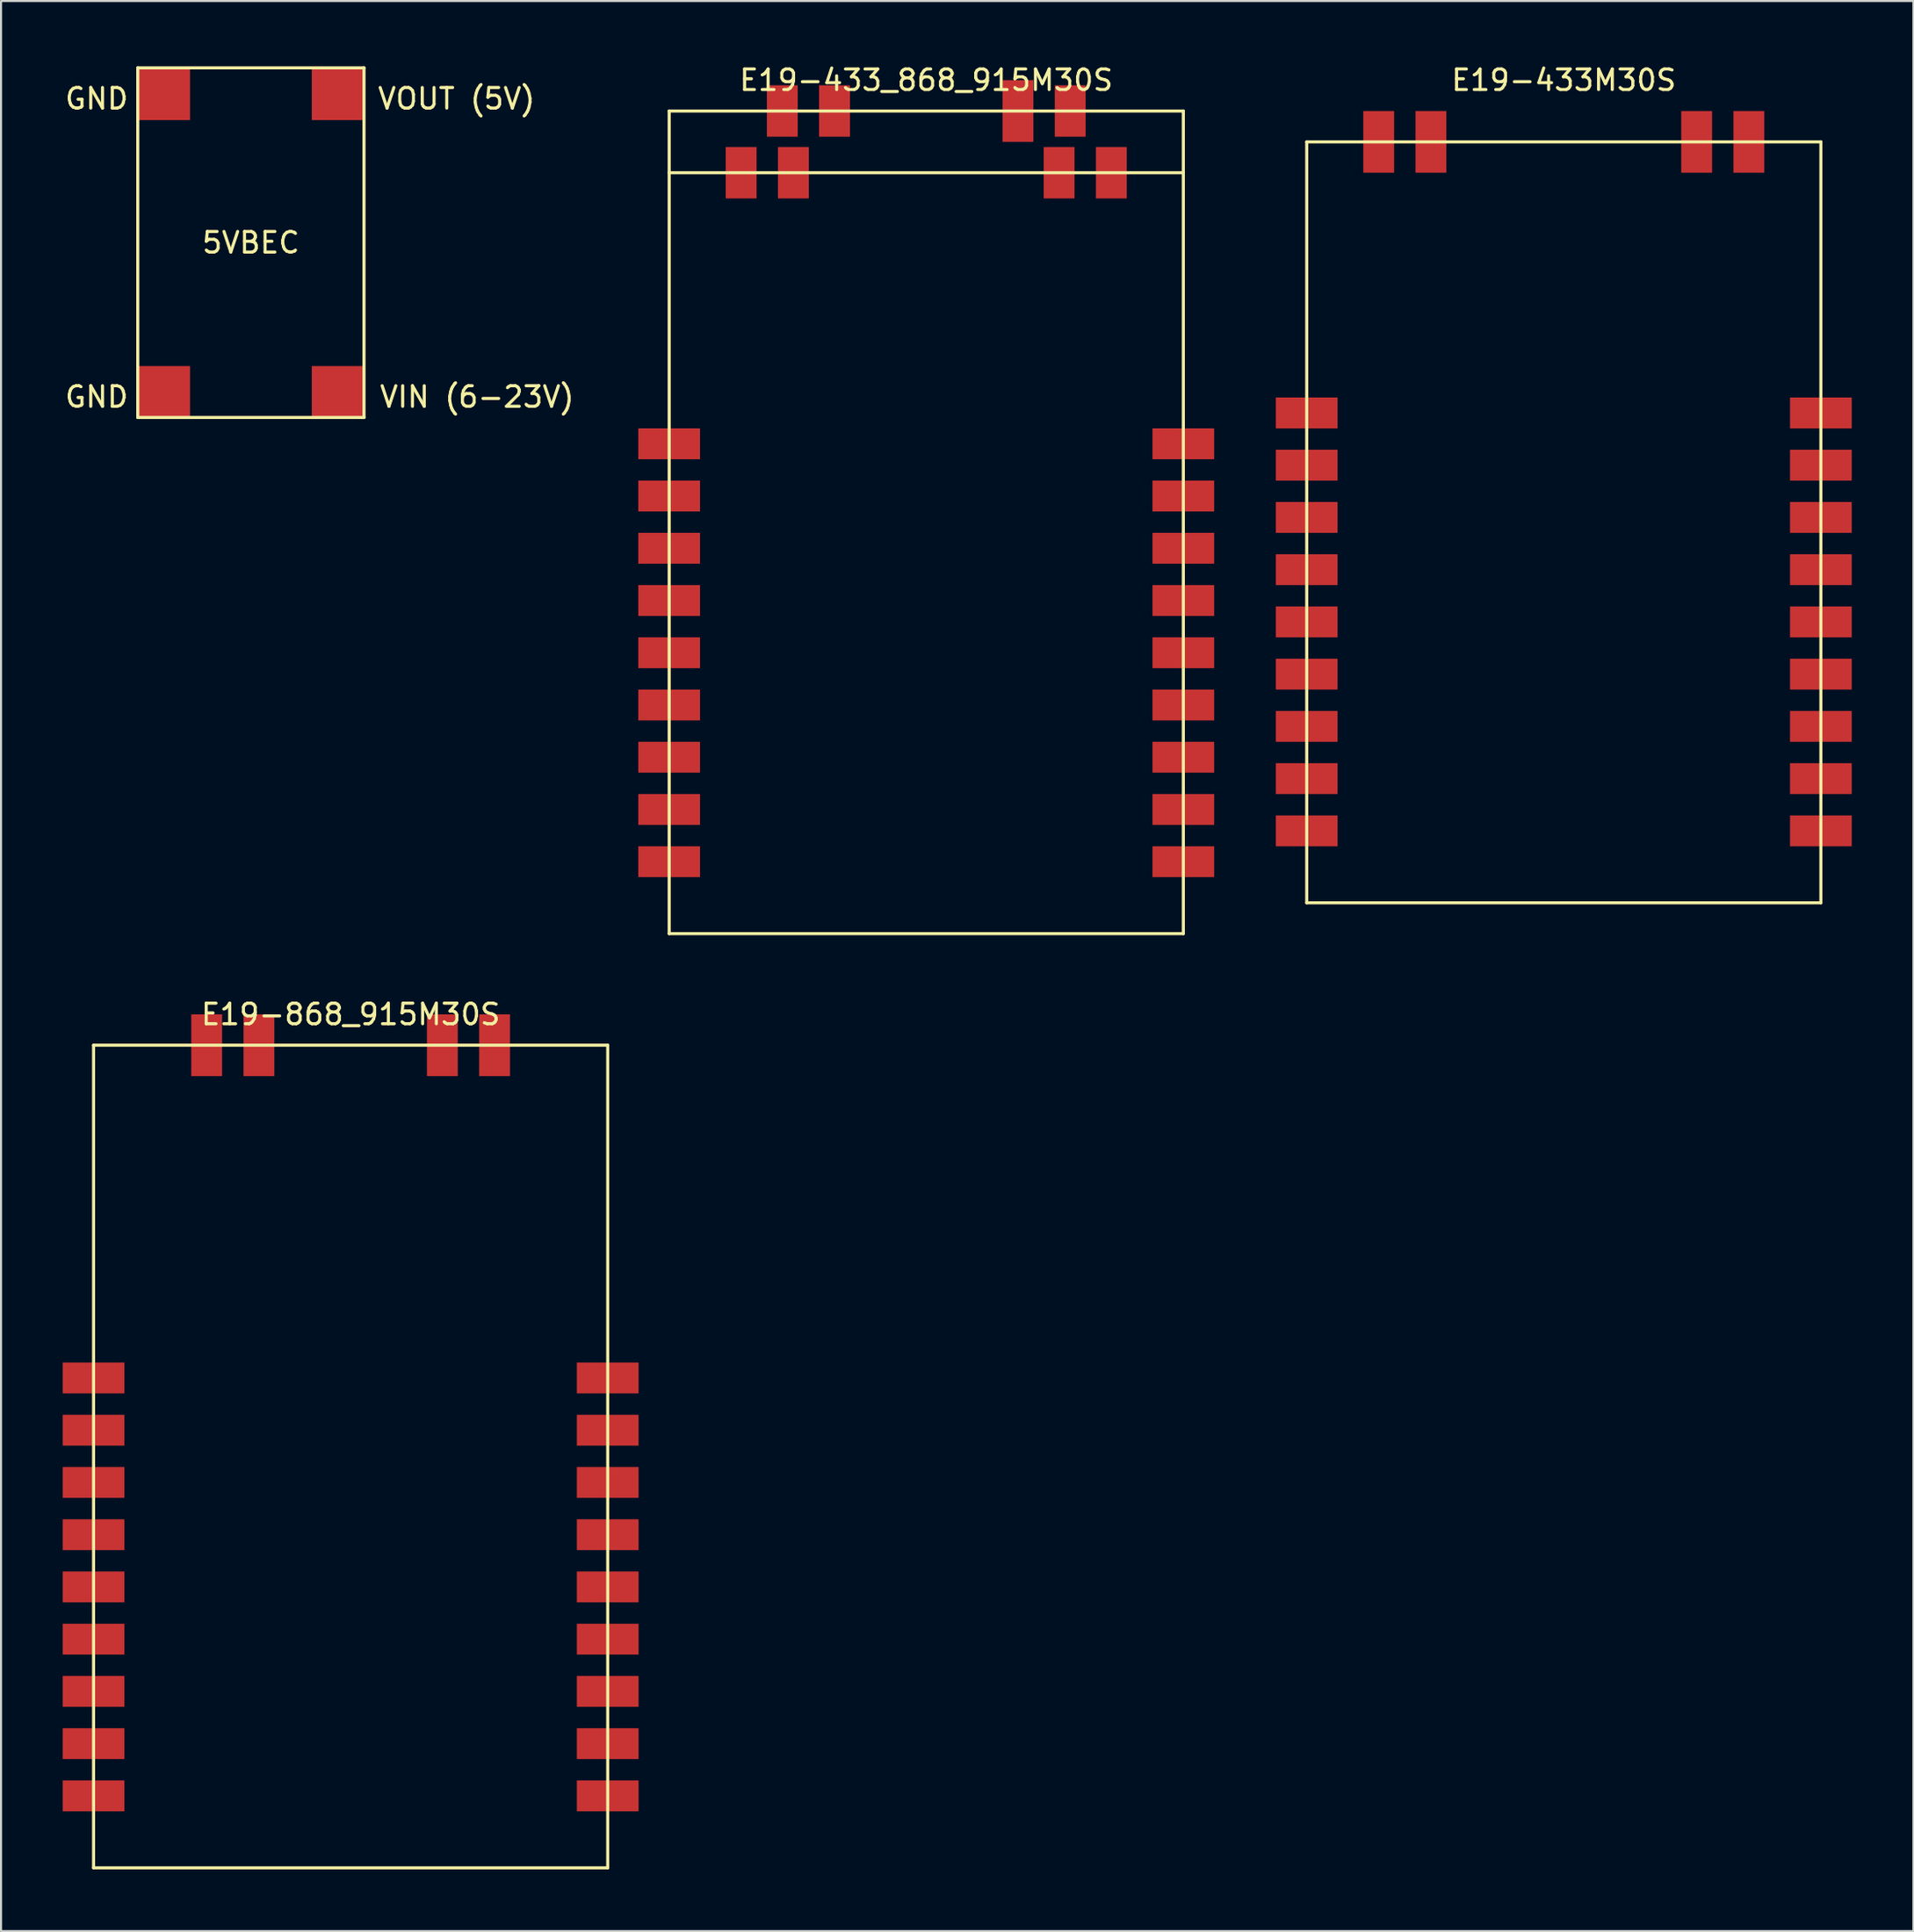
<source format=kicad_pcb>
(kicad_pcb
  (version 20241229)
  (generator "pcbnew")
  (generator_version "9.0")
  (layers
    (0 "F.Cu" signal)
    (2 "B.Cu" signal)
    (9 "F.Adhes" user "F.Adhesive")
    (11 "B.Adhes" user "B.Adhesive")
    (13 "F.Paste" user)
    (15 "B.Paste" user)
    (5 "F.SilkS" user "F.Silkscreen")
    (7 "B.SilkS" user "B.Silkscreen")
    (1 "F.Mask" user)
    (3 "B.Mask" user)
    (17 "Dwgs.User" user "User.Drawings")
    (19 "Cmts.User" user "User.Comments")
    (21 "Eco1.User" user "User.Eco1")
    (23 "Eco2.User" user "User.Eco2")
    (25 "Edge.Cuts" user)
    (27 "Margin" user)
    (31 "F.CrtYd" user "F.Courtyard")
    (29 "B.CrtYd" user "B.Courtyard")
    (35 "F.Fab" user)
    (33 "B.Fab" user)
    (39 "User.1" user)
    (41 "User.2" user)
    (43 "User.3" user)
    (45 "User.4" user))
  (footprint "E19-433M30S"
    (layer "F.Cu")
    (at 72.988 22.348)
    (property "Reference" "E19-433M30S" (at 0 -21.5 0) (layer "F.SilkS") (effects (font (size 1 1) (thickness 0.15))))
    (attr through_hole)
    (fp_line (start -12.5 -18.5) (end -12.5 18.5) (stroke (width 0.15) (type solid)) (layer "F.SilkS"))
    (fp_line (start -12.5 -18.5) (end 12.5 -18.5) (stroke (width 0.15) (type solid)) (layer "F.SilkS"))
    (fp_line (start -12.5 18.5) (end 12.5 18.5) (stroke (width 0.15) (type solid)) (layer "F.SilkS"))
    (fp_line (start 12.5 -18.5) (end 12.5 18.5) (stroke (width 0.15) (type solid)) (layer "F.SilkS"))
    (pad "1" smd rect (at -12.5 -5.32) (size 3 1.5) (layers "F.Cu" "F.Mask" "F.Paste"))
    (pad "2" smd rect (at -12.5 -2.78) (size 3 1.5) (layers "F.Cu" "F.Mask" "F.Paste"))
    (pad "3" smd rect (at -12.5 -0.24) (size 3 1.5) (layers "F.Cu" "F.Mask" "F.Paste"))
    (pad "4" smd rect (at -12.5 2.3) (size 3 1.5) (layers "F.Cu" "F.Mask" "F.Paste"))
    (pad "5" smd rect (at -12.5 4.84) (size 3 1.5) (layers "F.Cu" "F.Mask" "F.Paste"))
    (pad "6" smd rect (at -12.5 7.38) (size 3 1.5) (layers "F.Cu" "F.Mask" "F.Paste"))
    (pad "7" smd rect (at -12.5 9.92) (size 3 1.5) (layers "F.Cu" "F.Mask" "F.Paste"))
    (pad "8" smd rect (at -12.5 12.46) (size 3 1.5) (layers "F.Cu" "F.Mask" "F.Paste"))
    (pad "9" smd rect (at -12.5 15) (size 3 1.5) (layers "F.Cu" "F.Mask" "F.Paste"))
    (pad "10" smd rect (at 12.5 15) (size 3 1.5) (layers "F.Cu" "F.Mask" "F.Paste"))
    (pad "11" smd rect (at 12.5 12.46) (size 3 1.5) (layers "F.Cu" "F.Mask" "F.Paste"))
    (pad "12" smd rect (at 12.5 9.92) (size 3 1.5) (layers "F.Cu" "F.Mask" "F.Paste"))
    (pad "13" smd rect (at 12.5 7.38) (size 3 1.5) (layers "F.Cu" "F.Mask" "F.Paste"))
    (pad "14" smd rect (at 12.5 4.84) (size 3 1.5) (layers "F.Cu" "F.Mask" "F.Paste"))
    (pad "15" smd rect (at 12.5 2.3) (size 3 1.5) (layers "F.Cu" "F.Mask" "F.Paste"))
    (pad "16" smd rect (at 12.5 -0.24) (size 3 1.5) (layers "F.Cu" "F.Mask" "F.Paste"))
    (pad "17" smd rect (at 12.5 -2.78) (size 3 1.5) (layers "F.Cu" "F.Mask" "F.Paste"))
    (pad "18" smd rect (at 12.5 -5.32) (size 3 1.5) (layers "F.Cu" "F.Mask" "F.Paste"))
    (pad "19" smd rect (at 9 -18.5 90) (size 3 1.5) (layers "F.Cu" "F.Mask" "F.Paste"))
    (pad "20" smd rect (at 6.46 -18.5 90) (size 3 1.5) (layers "F.Cu" "F.Mask" "F.Paste"))
    (pad "21" smd rect (at -6.46 -18.5 90) (size 3 1.5) (layers "F.Cu" "F.Mask" "F.Paste"))
    (pad "22" smd rect (at -9 -18.5 90) (size 3 1.5) (layers "F.Cu" "F.Mask" "F.Paste")))
  (footprint "5VBEC"
    (layer "F.Cu")
    (at 3.649 0.25)
    (property "Reference" "5VBEC" (at 5.5 8.5 0) (layer "F.SilkS") (effects (font (size 1 1) (thickness 0.15))))
    (attr through_hole)
    (fp_line (start 0 0) (end 11 0) (stroke (width 0.15) (type solid)) (layer "F.SilkS"))
    (fp_line (start 0 17) (end 0 0) (stroke (width 0.15) (type solid)) (layer "F.SilkS"))
    (fp_line (start 11 0) (end 11 17) (stroke (width 0.15) (type solid)) (layer "F.SilkS"))
    (fp_line (start 11 17) (end 0 17) (stroke (width 0.15) (type solid)) (layer "F.SilkS"))
    (fp_text user "GND" (at -2 1.5 0) (layer "F.SilkS") (effects (font (size 1 1) (thickness 0.15))))
    (fp_text user "GND" (at -2 16 0) (layer "F.SilkS") (effects (font (size 1 1) (thickness 0.15))))
    (fp_text user "VOUT (5V)" (at 15.5 1.5 0) (layer "F.SilkS") (effects (font (size 1 1) (thickness 0.15))))
    (fp_text user "VIN (6-23V)" (at 16.5 16 0) (layer "F.SilkS") (effects (font (size 1 1) (thickness 0.15))))
    (pad "1" smd rect (at 9.73 15.77) (size 2.54 2.54) (layers "F.Cu" "F.Mask" "F.Paste"))
    (pad "2" smd rect (at 1.27 15.77) (size 2.54 2.54) (layers "F.Cu" "F.Mask" "F.Paste"))
    (pad "3" smd rect (at 9.73 1.27) (size 2.54 2.54) (layers "F.Cu" "F.Mask" "F.Paste"))
    (pad "4" smd rect (at 1.27 1.27) (size 2.54 2.54) (layers "F.Cu" "F.Mask" "F.Paste")))
  (footprint "E19-433_868_915M30S"
    (layer "F.Cu")
    (at 41.988 22.348)
    (property "Reference" "E19-433_868_915M30S" (at 0 -21.5 0) (layer "F.SilkS") (effects (font (size 1 1) (thickness 0.15))))
    (attr through_hole)
    (fp_line (start -12.5 -20) (end -12.5 20) (stroke (width 0.15) (type solid)) (layer "F.SilkS"))
    (fp_line (start -12.5 -20) (end 12.5 -20) (stroke (width 0.15) (type solid)) (layer "F.SilkS"))
    (fp_line (start -12.5 -17) (end 12.5 -17) (stroke (width 0.15) (type solid)) (layer "F.SilkS"))
    (fp_line (start -12.5 20) (end 12.5 20) (stroke (width 0.15) (type solid)) (layer "F.SilkS"))
    (fp_line (start 12.5 -20) (end 12.5 20) (stroke (width 0.15) (type solid)) (layer "F.SilkS"))
    (pad "1" smd rect (at -12.5 -3.82) (size 3 1.5) (layers "F.Cu" "F.Mask" "F.Paste"))
    (pad "2" smd rect (at -12.5 -1.28) (size 3 1.5) (layers "F.Cu" "F.Mask" "F.Paste"))
    (pad "3" smd rect (at -12.5 1.26) (size 3 1.5) (layers "F.Cu" "F.Mask" "F.Paste"))
    (pad "4" smd rect (at -12.5 3.8) (size 3 1.5) (layers "F.Cu" "F.Mask" "F.Paste"))
    (pad "5" smd rect (at -12.5 6.34) (size 3 1.5) (layers "F.Cu" "F.Mask" "F.Paste"))
    (pad "6" smd rect (at -12.5 8.88) (size 3 1.5) (layers "F.Cu" "F.Mask" "F.Paste"))
    (pad "7" smd rect (at -12.5 11.42) (size 3 1.5) (layers "F.Cu" "F.Mask" "F.Paste"))
    (pad "8" smd rect (at -12.5 13.96) (size 3 1.5) (layers "F.Cu" "F.Mask" "F.Paste"))
    (pad "9" smd rect (at -12.5 16.5) (size 3 1.5) (layers "F.Cu" "F.Mask" "F.Paste"))
    (pad "10" smd rect (at 12.5 16.5) (size 3 1.5) (layers "F.Cu" "F.Mask" "F.Paste"))
    (pad "11" smd rect (at 12.5 13.96) (size 3 1.5) (layers "F.Cu" "F.Mask" "F.Paste"))
    (pad "12" smd rect (at 12.5 11.42) (size 3 1.5) (layers "F.Cu" "F.Mask" "F.Paste"))
    (pad "13" smd rect (at 12.5 8.88) (size 3 1.5) (layers "F.Cu" "F.Mask" "F.Paste"))
    (pad "14" smd rect (at 12.5 6.34) (size 3 1.5) (layers "F.Cu" "F.Mask" "F.Paste"))
    (pad "15" smd rect (at 12.5 3.8) (size 3 1.5) (layers "F.Cu" "F.Mask" "F.Paste"))
    (pad "16" smd rect (at 12.5 1.26) (size 3 1.5) (layers "F.Cu" "F.Mask" "F.Paste"))
    (pad "17" smd rect (at 12.5 -1.28) (size 3 1.5) (layers "F.Cu" "F.Mask" "F.Paste"))
    (pad "18" smd rect (at 12.5 -3.82) (size 3 1.5) (layers "F.Cu" "F.Mask" "F.Paste"))
    (pad "19" smd rect (at 7 -20 90) (size 2.5 1.5) (layers "F.Cu" "F.Mask" "F.Paste"))
    (pad "19" smd rect (at 9 -17 90) (size 2.5 1.5) (layers "F.Cu" "F.Mask" "F.Paste"))
    (pad "20" smd rect (at 4.46 -20 90) (size 3 1.5) (layers "F.Cu" "F.Mask" "F.Paste"))
    (pad "20" smd rect (at 6.46 -17 90) (size 2.5 1.5) (layers "F.Cu" "F.Mask" "F.Paste"))
    (pad "21" smd rect (at -6.46 -17 90) (size 2.5 1.5) (layers "F.Cu" "F.Mask" "F.Paste"))
    (pad "21" smd rect (at -4.46 -20 90) (size 2.5 1.5) (layers "F.Cu" "F.Mask" "F.Paste"))
    (pad "22" smd rect (at -9 -17 90) (size 2.5 1.5) (layers "F.Cu" "F.Mask" "F.Paste"))
    (pad "22" smd rect (at -7 -20 90) (size 2.5 1.5) (layers "F.Cu" "F.Mask" "F.Paste")))
  (footprint "E19-868_915M30S"
    (layer "F.Cu")
    (at 14 67.772)
    (property "Reference" "E19-868_915M30S" (at 0 -21.5 0) (layer "F.SilkS") (effects (font (size 1 1) (thickness 0.15))))
    (attr through_hole)
    (fp_line (start -12.5 -20) (end -12.5 20) (stroke (width 0.15) (type solid)) (layer "F.SilkS"))
    (fp_line (start -12.5 -20) (end 12.5 -20) (stroke (width 0.15) (type solid)) (layer "F.SilkS"))
    (fp_line (start -12.5 20) (end 12.5 20) (stroke (width 0.15) (type solid)) (layer "F.SilkS"))
    (fp_line (start 12.5 -20) (end 12.5 20) (stroke (width 0.15) (type solid)) (layer "F.SilkS"))
    (pad "1" smd rect (at -12.5 -3.82) (size 3 1.5) (layers "F.Cu" "F.Mask" "F.Paste"))
    (pad "2" smd rect (at -12.5 -1.28) (size 3 1.5) (layers "F.Cu" "F.Mask" "F.Paste"))
    (pad "3" smd rect (at -12.5 1.26) (size 3 1.5) (layers "F.Cu" "F.Mask" "F.Paste"))
    (pad "4" smd rect (at -12.5 3.8) (size 3 1.5) (layers "F.Cu" "F.Mask" "F.Paste"))
    (pad "5" smd rect (at -12.5 6.34) (size 3 1.5) (layers "F.Cu" "F.Mask" "F.Paste"))
    (pad "6" smd rect (at -12.5 8.88) (size 3 1.5) (layers "F.Cu" "F.Mask" "F.Paste"))
    (pad "7" smd rect (at -12.5 11.42) (size 3 1.5) (layers "F.Cu" "F.Mask" "F.Paste"))
    (pad "8" smd rect (at -12.5 13.96) (size 3 1.5) (layers "F.Cu" "F.Mask" "F.Paste"))
    (pad "9" smd rect (at -12.5 16.5) (size 3 1.5) (layers "F.Cu" "F.Mask" "F.Paste"))
    (pad "10" smd rect (at 12.5 16.5) (size 3 1.5) (layers "F.Cu" "F.Mask" "F.Paste"))
    (pad "11" smd rect (at 12.5 13.96) (size 3 1.5) (layers "F.Cu" "F.Mask" "F.Paste"))
    (pad "12" smd rect (at 12.5 11.42) (size 3 1.5) (layers "F.Cu" "F.Mask" "F.Paste"))
    (pad "13" smd rect (at 12.5 8.88) (size 3 1.5) (layers "F.Cu" "F.Mask" "F.Paste"))
    (pad "14" smd rect (at 12.5 6.34) (size 3 1.5) (layers "F.Cu" "F.Mask" "F.Paste"))
    (pad "15" smd rect (at 12.5 3.8) (size 3 1.5) (layers "F.Cu" "F.Mask" "F.Paste"))
    (pad "16" smd rect (at 12.5 1.26) (size 3 1.5) (layers "F.Cu" "F.Mask" "F.Paste"))
    (pad "17" smd rect (at 12.5 -1.28) (size 3 1.5) (layers "F.Cu" "F.Mask" "F.Paste"))
    (pad "18" smd rect (at 12.5 -3.82) (size 3 1.5) (layers "F.Cu" "F.Mask" "F.Paste"))
    (pad "19" smd rect (at 7 -20 90) (size 3 1.5) (layers "F.Cu" "F.Mask" "F.Paste"))
    (pad "20" smd rect (at 4.46 -20 90) (size 3 1.5) (layers "F.Cu" "F.Mask" "F.Paste"))
    (pad "21" smd rect (at -4.46 -20 90) (size 3 1.5) (layers "F.Cu" "F.Mask" "F.Paste"))
    (pad "22" smd rect (at -7 -20 90) (size 3 1.5) (layers "F.Cu" "F.Mask" "F.Paste")))
  (gr_rect
    (start -3 -3)
    (end 89.988 90.847)
    (stroke (width 0.1) (type default))
    (fill no)
    (layer "Edge.Cuts")))
</source>
